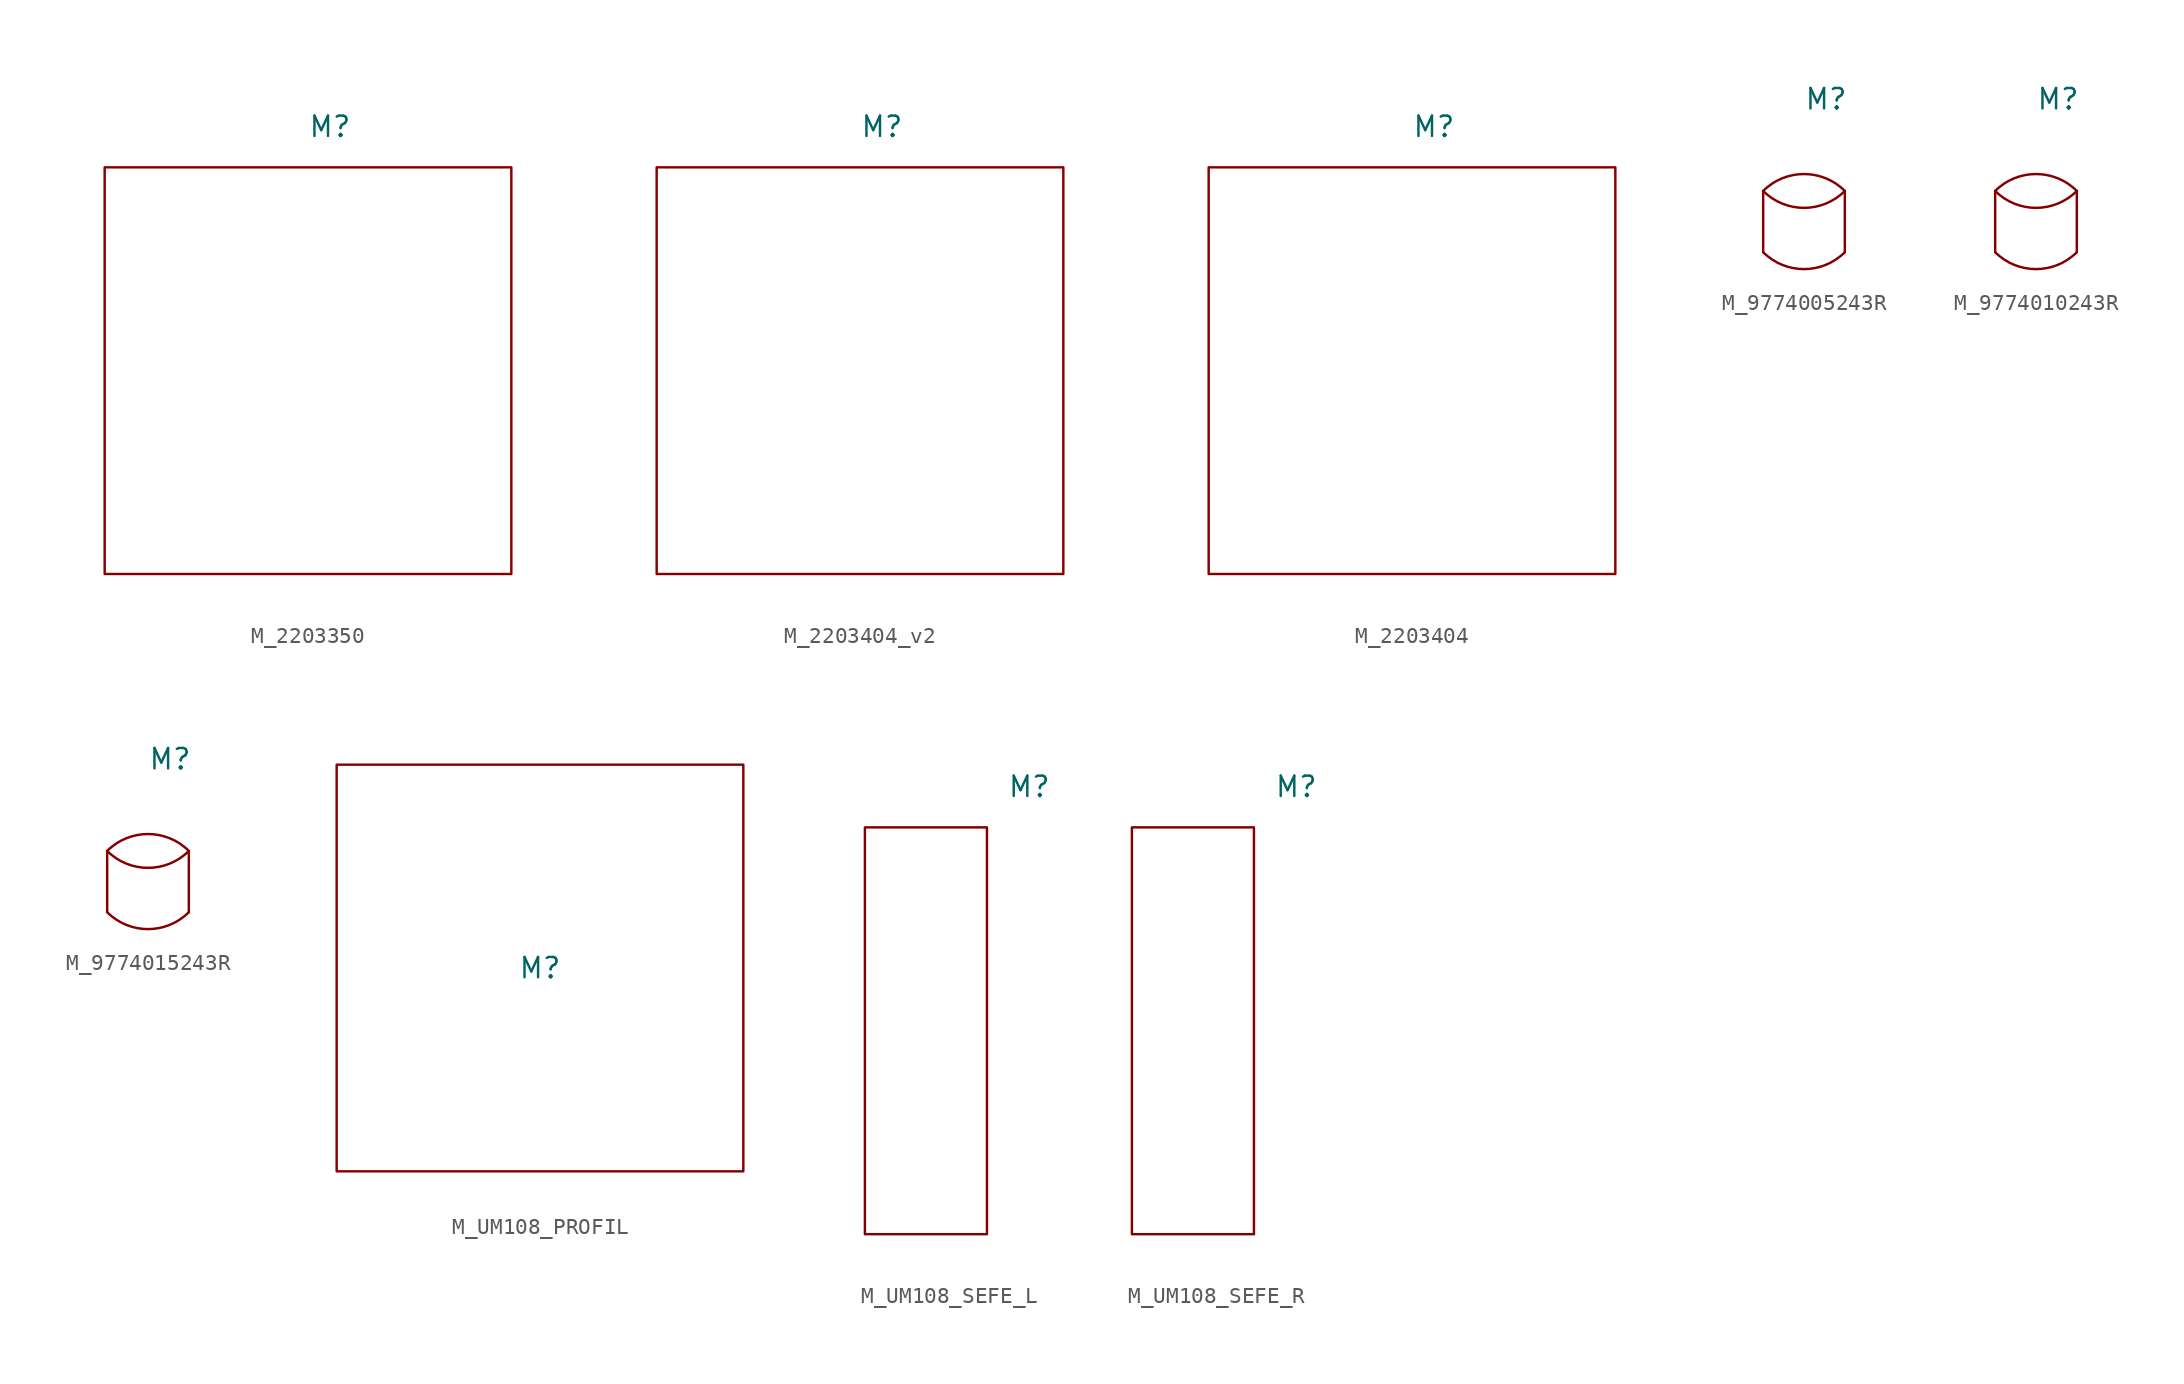
<source format=kicad_sym>
(kicad_symbol_lib
  (version 20241209)
  (generator "kicad_symbol_editor")
  (generator_version "9.0")
  (symbol "M_2203350"
    (property "Reference" "M"
      (at 0 15.24 0)
      (effects (font (size 1.27 1.27)) (justify left)))
    (property "Value" ""
      (at 0 0 0)
      (effects (font (size 1.27 1.27)) (justify left)))
    (symbol "M_2203350_1_1"
      (rectangle (start -12.7 12.7) (end 12.7 -12.7) (stroke (width 0) (type default)) (fill (type none)))))
  (symbol "M_2203404_v2"
    (property "Reference" "M"
      (at 0 15.24 0)
      (effects (font (size 1.27 1.27)) (justify left)))
    (property "Value" ""
      (at 0 0 0)
      (effects (font (size 1.27 1.27)) (justify left)))
    (symbol "M_2203404_v2_1_1"
      (rectangle (start -12.7 12.7) (end 12.7 -12.7) (stroke (width 0) (type default)) (fill (type none)))))
  (symbol "M_2203404"
    (property "Reference" "M"
      (at 0 15.24 0)
      (effects (font (size 1.27 1.27)) (justify left)))
    (property "Value" ""
      (at 0 0 0)
      (effects (font (size 1.27 1.27)) (justify left)))
    (symbol "M_2203404_1_1"
      (rectangle (start -12.7 12.7) (end 12.7 -12.7) (stroke (width 0) (type default)) (fill (type none)))))
  (symbol "M_9774005243R"
    (property "Reference" "M"
      (at 0 7.62 0)
      (effects (font (size 1.27 1.27)) (justify left)))
    (property "Value" ""
      (at 0 0 0)
      (effects (font (size 1.27 1.27))))
    (symbol "M_9774005243R_0_1"
      (polyline (pts (xy -2.54 1.905) (xy -2.54 -1.905)) (stroke (width 0) (type default)) (fill (type none)))
      (arc (start 2.54 1.905) (mid 0 0.8529) (end -2.54 1.905) (stroke (width 0) (type default)) (fill (type none)))
      (arc (start 2.54 -1.905) (mid 0 -2.9571) (end -2.54 -1.905) (stroke (width 0) (type default)) (fill (type none)))
      (arc (start -2.54 1.905) (mid 0 2.9571) (end 2.54 1.905) (stroke (width 0) (type default)) (fill (type none)))
      (polyline (pts (xy 2.54 1.905) (xy 2.54 -1.905)) (stroke (width 0) (type default)) (fill (type none)))))
  (symbol "M_9774010243R"
    (property "Reference" "M"
      (at 0 7.62 0)
      (effects (font (size 1.27 1.27)) (justify left)))
    (property "Value" ""
      (at 0 0 0)
      (effects (font (size 1.27 1.27))))
    (symbol "M_9774010243R_0_1"
      (polyline (pts (xy -2.54 1.905) (xy -2.54 -1.905)) (stroke (width 0) (type default)) (fill (type none)))
      (arc (start 2.54 1.905) (mid 0 0.8529) (end -2.54 1.905) (stroke (width 0) (type default)) (fill (type none)))
      (arc (start 2.54 -1.905) (mid 0 -2.9571) (end -2.54 -1.905) (stroke (width 0) (type default)) (fill (type none)))
      (arc (start -2.54 1.905) (mid 0 2.9571) (end 2.54 1.905) (stroke (width 0) (type default)) (fill (type none)))
      (polyline (pts (xy 2.54 1.905) (xy 2.54 -1.905)) (stroke (width 0) (type default)) (fill (type none)))))
  (symbol "M_9774015243R"
    (property "Reference" "M"
      (at 0 7.62 0)
      (effects (font (size 1.27 1.27)) (justify left)))
    (property "Value" ""
      (at 0 0 0)
      (effects (font (size 1.27 1.27))))
    (symbol "M_9774015243R_0_1"
      (polyline (pts (xy -2.54 1.905) (xy -2.54 -1.905)) (stroke (width 0) (type default)) (fill (type none)))
      (arc (start 2.54 1.905) (mid 0 0.8529) (end -2.54 1.905) (stroke (width 0) (type default)) (fill (type none)))
      (arc (start 2.54 -1.905) (mid 0 -2.9571) (end -2.54 -1.905) (stroke (width 0) (type default)) (fill (type none)))
      (arc (start -2.54 1.905) (mid 0 2.9571) (end 2.54 1.905) (stroke (width 0) (type default)) (fill (type none)))
      (polyline (pts (xy 2.54 1.905) (xy 2.54 -1.905)) (stroke (width 0) (type default)) (fill (type none)))))
  (symbol "M_UM108_PROFIL"
    (property "Reference" "M"
      (at 0 0 0)
      (effects (font (size 1.27 1.27))))
    (property "Value" ""
      (at 0 0 0)
      (effects (font (size 1.27 1.27))))
    (symbol "M_UM108_PROFIL_1_1"
      (rectangle (start -12.7 12.7) (end 12.7 -12.7) (stroke (width 0) (type default)) (fill (type none)))))
  (symbol "M_UM108_SEFE_L"
    (property "Reference" "M"
      (at 5.08 15.24 0)
      (effects (font (size 1.27 1.27)) (justify left)))
    (property "Value" ""
      (at 0 0 0)
      (effects (font (size 1.27 1.27))))
    (symbol "M_UM108_SEFE_L_0_1"
      (rectangle (start -3.81 12.7) (end 3.81 -12.7) (stroke (width 0) (type default)) (fill (type none)))))
  (symbol "M_UM108_SEFE_R"
    (property "Reference" "M"
      (at 5.08 15.24 0)
      (effects (font (size 1.27 1.27)) (justify left)))
    (property "Value" ""
      (at 0 0 0)
      (effects (font (size 1.27 1.27))))
    (symbol "M_UM108_SEFE_R_0_1"
      (rectangle (start -3.81 12.7) (end 3.81 -12.7) (stroke (width 0) (type default)) (fill (type none))))))
</source>
